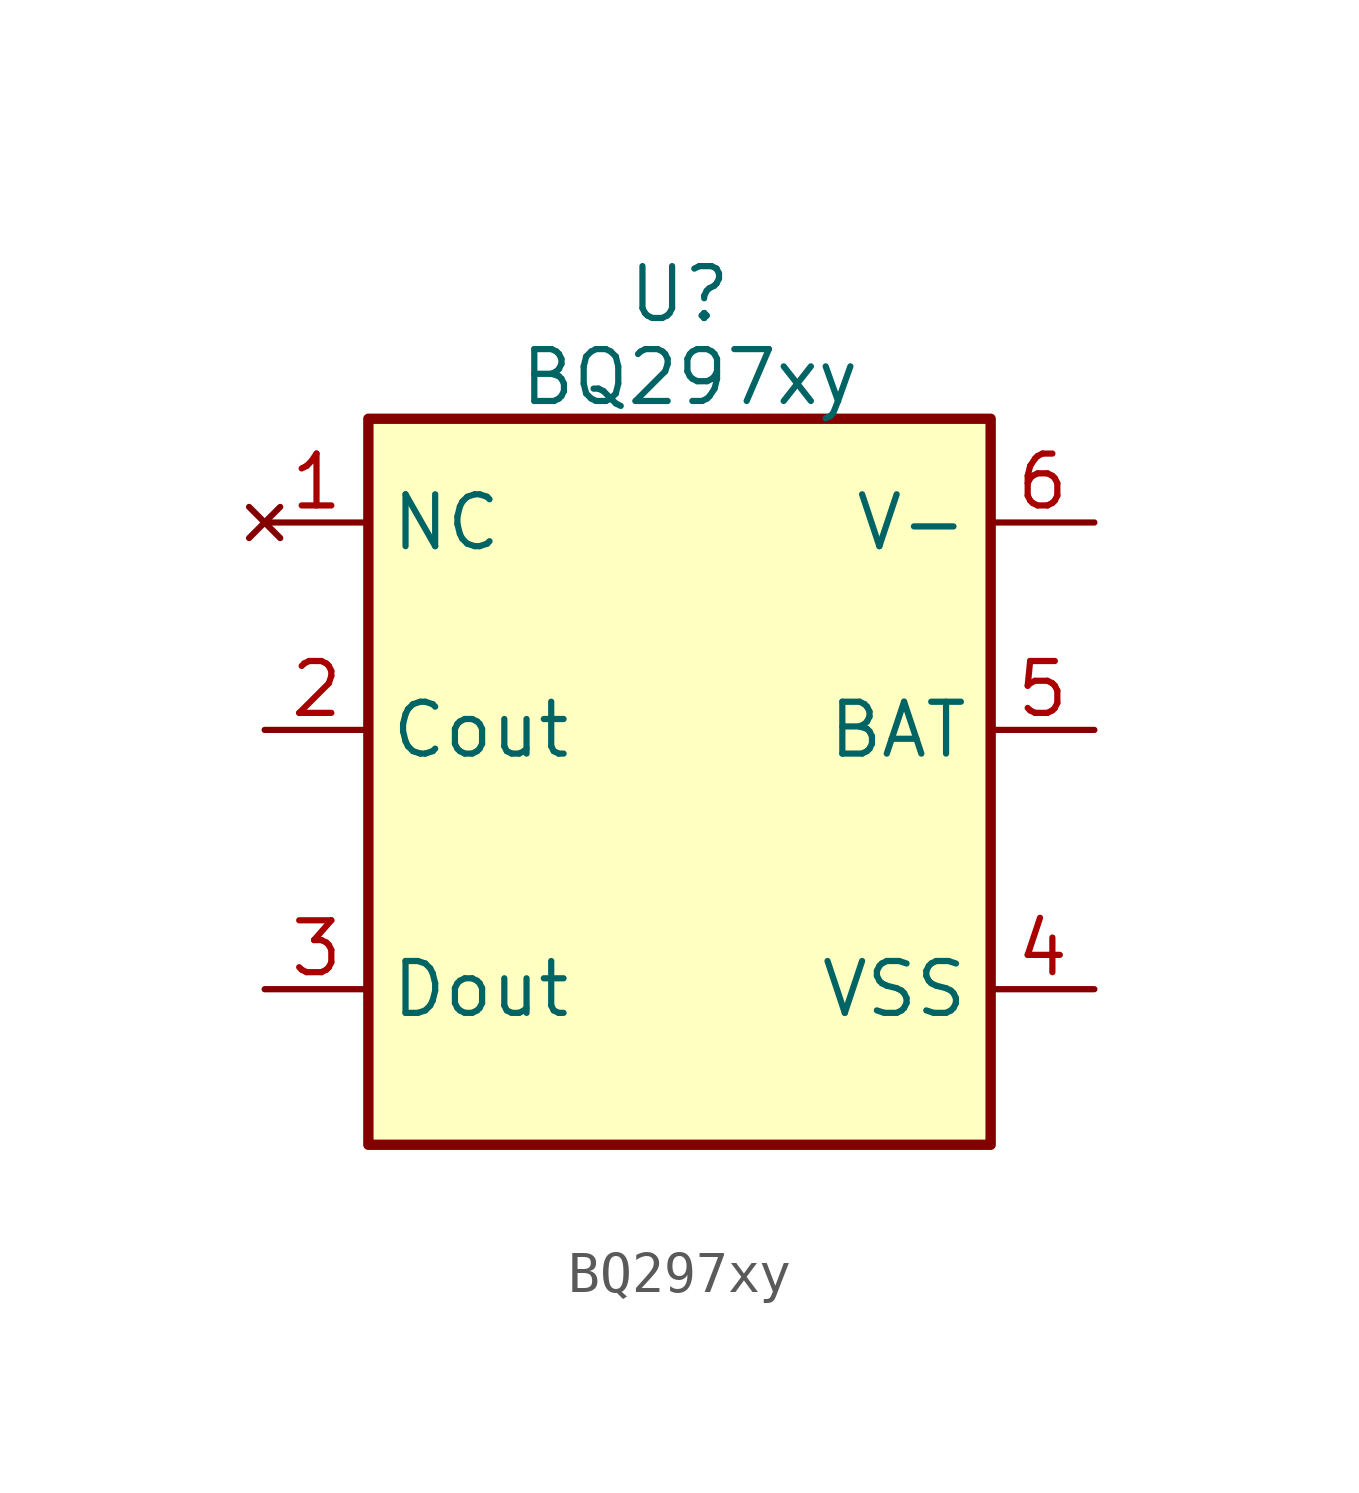
<source format=kicad_sym>
(kicad_symbol_lib
  (version 20231120)
  (generator "kicad_symbol_editor")
  (generator_version "8.0")
  (symbol "BQ297xy"
    (property "Reference" "U"
      (at 0 15.748 0)
      (effects (font (size 1.27 1.27))))
    (property "Value" "BQ297xy"
      (at 0.254 13.716 0)
      (effects (font (size 1.27 1.27))))
    (symbol "BQ297xy_0_1"
      (rectangle (start -7.62 12.7) (end 7.62 -5.08) (stroke (width 0.254) (type default)) (fill (type background))))
    (symbol "BQ297xy_1_1"
      (pin no_connect line (at -10.16 10.16 0) (length 2.54) (name "NC" (effects (font (size 1.27 1.27)))) (number "1" (effects (font (size 1.27 1.27)))))
      (pin output line (at -10.16 5.08 0) (length 2.54) (name "Cout" (effects (font (size 1.27 1.27)))) (number "2" (effects (font (size 1.27 1.27)))))
      (pin output line (at -10.16 -1.27 0) (length 2.54) (name "Dout" (effects (font (size 1.27 1.27)))) (number "3" (effects (font (size 1.27 1.27)))))
      (pin power_in line (at 10.16 -1.27 180) (length 2.54) (name "VSS" (effects (font (size 1.27 1.27)))) (number "4" (effects (font (size 1.27 1.27)))))
      (pin input line (at 10.16 5.08 180) (length 2.54) (name "BAT" (effects (font (size 1.27 1.27)))) (number "5" (effects (font (size 1.27 1.27)))))
      (pin input line (at 10.16 10.16 180) (length 2.54) (name "V-" (effects (font (size 1.27 1.27)))) (number "6" (effects (font (size 1.27 1.27))))))))
</source>
